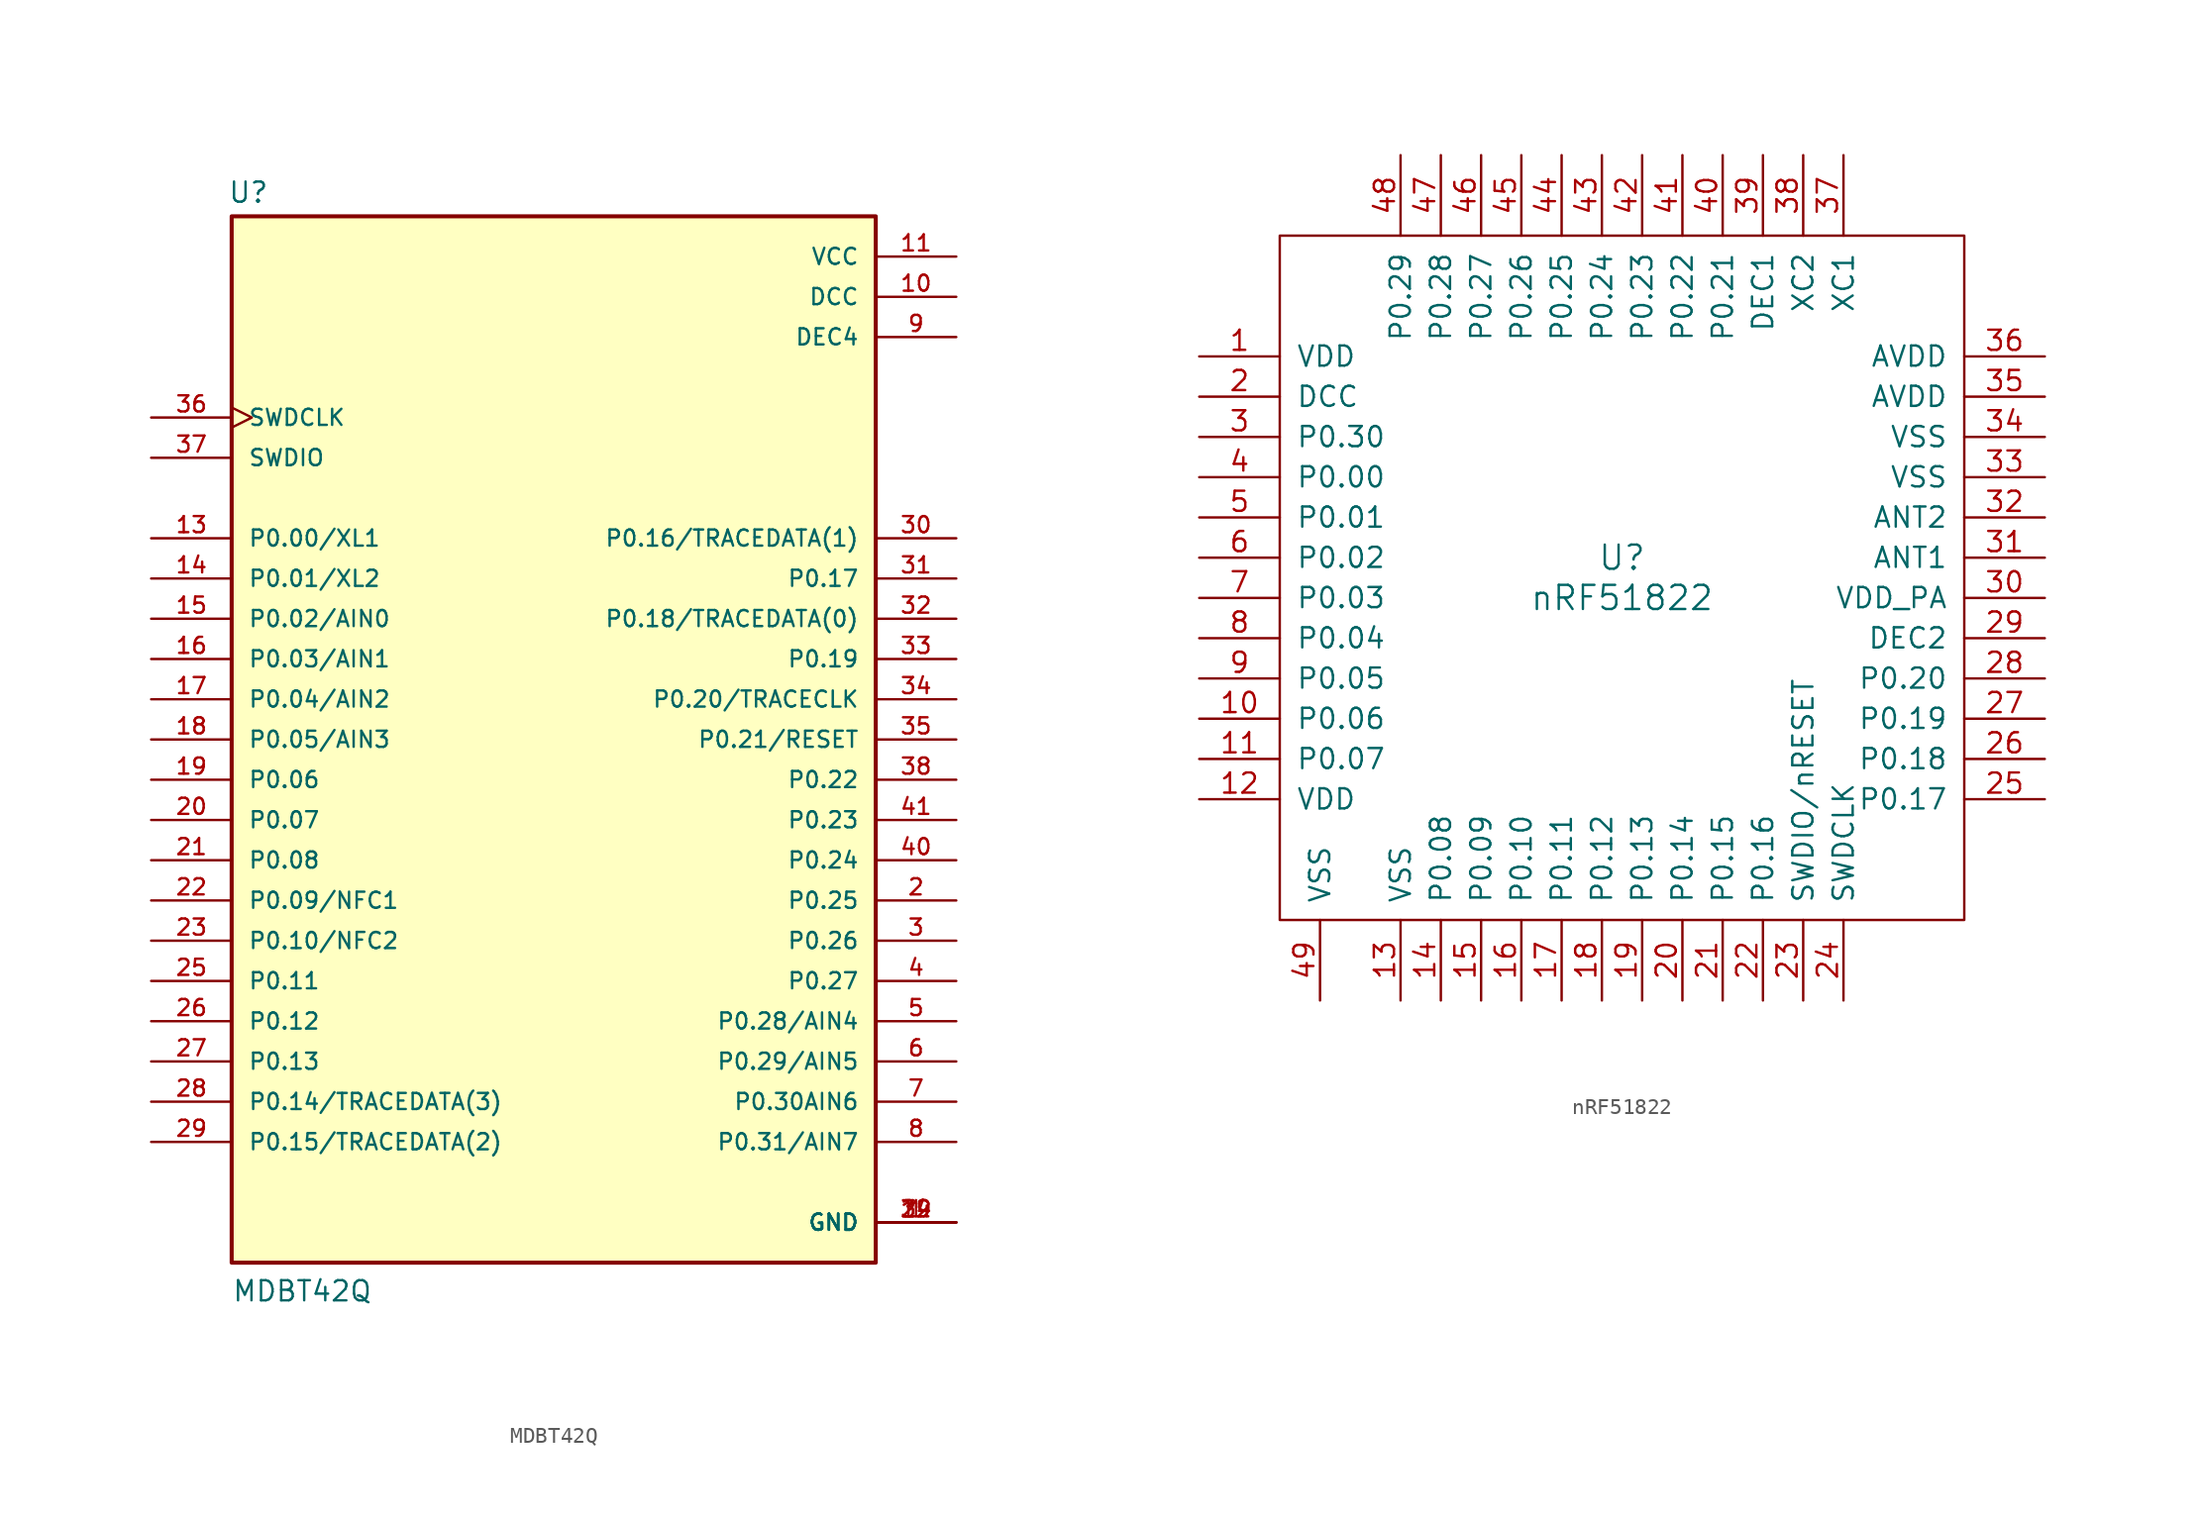
<source format=kicad_sym>
(kicad_symbol_lib
  (version 20220914)
  (generator kicad_symbol_editor)
  (symbol "MDBT42Q"
    (pin_names
      (offset 1.016))
    (property "Reference" "U"
      (at -20.574 33.782 0)
      (effects (font (size 1.27 1.27)) (justify left bottom)))
    (property "Value" "MDBT42Q"
      (at -20.32 -35.56 0)
      (effects (font (size 1.27 1.27)) (justify left bottom)))
    (property "ki_locked" ""
      (at 0 0 0)
      (effects (font (size 1.27 1.27))))
    (symbol "MDBT42Q_0_0"
      (rectangle (start -20.32 -33.02) (end 20.32 33.02) (stroke (width 0.254) (type solid)) (fill (type background)))
      (pin power_in line (at 25.4 -30.48 180) (length 5.08) (name "GND" (effects (font (size 1.016 1.016)))) (number "1" (effects (font (size 1.016 1.016)))))
      (pin power_in line (at 25.4 27.94 180) (length 5.08) (name "DCC" (effects (font (size 1.016 1.016)))) (number "10" (effects (font (size 1.016 1.016)))))
      (pin power_in line (at 25.4 30.48 180) (length 5.08) (name "VCC" (effects (font (size 1.016 1.016)))) (number "11" (effects (font (size 1.016 1.016)))))
      (pin power_in line (at 25.4 -30.48 180) (length 5.08) (name "GND" (effects (font (size 1.016 1.016)))) (number "12" (effects (font (size 1.016 1.016)))))
      (pin bidirectional line (at -25.4 12.7 0) (length 5.08) (name "P0.00/XL1" (effects (font (size 1.016 1.016)))) (number "13" (effects (font (size 1.016 1.016)))))
      (pin bidirectional line (at -25.4 10.16 0) (length 5.08) (name "P0.01/XL2" (effects (font (size 1.016 1.016)))) (number "14" (effects (font (size 1.016 1.016)))))
      (pin bidirectional line (at -25.4 7.62 0) (length 5.08) (name "P0.02/AIN0" (effects (font (size 1.016 1.016)))) (number "15" (effects (font (size 1.016 1.016)))))
      (pin bidirectional line (at -25.4 5.08 0) (length 5.08) (name "P0.03/AIN1" (effects (font (size 1.016 1.016)))) (number "16" (effects (font (size 1.016 1.016)))))
      (pin bidirectional line (at -25.4 2.54 0) (length 5.08) (name "P0.04/AIN2" (effects (font (size 1.016 1.016)))) (number "17" (effects (font (size 1.016 1.016)))))
      (pin bidirectional line (at -25.4 0 0) (length 5.08) (name "P0.05/AIN3" (effects (font (size 1.016 1.016)))) (number "18" (effects (font (size 1.016 1.016)))))
      (pin bidirectional line (at -25.4 -2.54 0) (length 5.08) (name "P0.06" (effects (font (size 1.016 1.016)))) (number "19" (effects (font (size 1.016 1.016)))))
      (pin bidirectional line (at 25.4 -10.16 180) (length 5.08) (name "P0.25" (effects (font (size 1.016 1.016)))) (number "2" (effects (font (size 1.016 1.016)))))
      (pin bidirectional line (at -25.4 -5.08 0) (length 5.08) (name "P0.07" (effects (font (size 1.016 1.016)))) (number "20" (effects (font (size 1.016 1.016)))))
      (pin bidirectional line (at -25.4 -7.62 0) (length 5.08) (name "P0.08" (effects (font (size 1.016 1.016)))) (number "21" (effects (font (size 1.016 1.016)))))
      (pin bidirectional line (at -25.4 -10.16 0) (length 5.08) (name "P0.09/NFC1" (effects (font (size 1.016 1.016)))) (number "22" (effects (font (size 1.016 1.016)))))
      (pin bidirectional line (at -25.4 -12.7 0) (length 5.08) (name "P0.10/NFC2" (effects (font (size 1.016 1.016)))) (number "23" (effects (font (size 1.016 1.016)))))
      (pin power_in line (at 25.4 -30.48 180) (length 5.08) (name "GND" (effects (font (size 1.016 1.016)))) (number "24" (effects (font (size 1.016 1.016)))))
      (pin bidirectional line (at -25.4 -15.24 0) (length 5.08) (name "P0.11" (effects (font (size 1.016 1.016)))) (number "25" (effects (font (size 1.016 1.016)))))
      (pin bidirectional line (at -25.4 -17.78 0) (length 5.08) (name "P0.12" (effects (font (size 1.016 1.016)))) (number "26" (effects (font (size 1.016 1.016)))))
      (pin bidirectional line (at -25.4 -20.32 0) (length 5.08) (name "P0.13" (effects (font (size 1.016 1.016)))) (number "27" (effects (font (size 1.016 1.016)))))
      (pin bidirectional line (at -25.4 -22.86 0) (length 5.08) (name "P0.14/TRACEDATA(3)" (effects (font (size 1.016 1.016)))) (number "28" (effects (font (size 1.016 1.016)))))
      (pin bidirectional line (at -25.4 -25.4 0) (length 5.08) (name "P0.15/TRACEDATA(2)" (effects (font (size 1.016 1.016)))) (number "29" (effects (font (size 1.016 1.016)))))
      (pin bidirectional line (at 25.4 -12.7 180) (length 5.08) (name "P0.26" (effects (font (size 1.016 1.016)))) (number "3" (effects (font (size 1.016 1.016)))))
      (pin bidirectional line (at 25.4 12.7 180) (length 5.08) (name "P0.16/TRACEDATA(1)" (effects (font (size 1.016 1.016)))) (number "30" (effects (font (size 1.016 1.016)))))
      (pin bidirectional line (at 25.4 10.16 180) (length 5.08) (name "P0.17" (effects (font (size 1.016 1.016)))) (number "31" (effects (font (size 1.016 1.016)))))
      (pin bidirectional line (at 25.4 7.62 180) (length 5.08) (name "P0.18/TRACEDATA(0)" (effects (font (size 1.016 1.016)))) (number "32" (effects (font (size 1.016 1.016)))))
      (pin bidirectional line (at 25.4 5.08 180) (length 5.08) (name "P0.19" (effects (font (size 1.016 1.016)))) (number "33" (effects (font (size 1.016 1.016)))))
      (pin bidirectional line (at 25.4 2.54 180) (length 5.08) (name "P0.20/TRACECLK" (effects (font (size 1.016 1.016)))) (number "34" (effects (font (size 1.016 1.016)))))
      (pin bidirectional line (at 25.4 0 180) (length 5.08) (name "P0.21/RESET" (effects (font (size 1.016 1.016)))) (number "35" (effects (font (size 1.016 1.016)))))
      (pin input clock (at -25.4 20.32 0) (length 5.08) (name "SWDCLK" (effects (font (size 1.016 1.016)))) (number "36" (effects (font (size 1.016 1.016)))))
      (pin bidirectional line (at -25.4 17.78 0) (length 5.08) (name "SWDIO" (effects (font (size 1.016 1.016)))) (number "37" (effects (font (size 1.016 1.016)))))
      (pin bidirectional line (at 25.4 -2.54 180) (length 5.08) (name "P0.22" (effects (font (size 1.016 1.016)))) (number "38" (effects (font (size 1.016 1.016)))))
      (pin power_in line (at 25.4 -30.48 180) (length 5.08) (name "GND" (effects (font (size 1.016 1.016)))) (number "39" (effects (font (size 1.016 1.016)))))
      (pin bidirectional line (at 25.4 -15.24 180) (length 5.08) (name "P0.27" (effects (font (size 1.016 1.016)))) (number "4" (effects (font (size 1.016 1.016)))))
      (pin bidirectional line (at 25.4 -7.62 180) (length 5.08) (name "P0.24" (effects (font (size 1.016 1.016)))) (number "40" (effects (font (size 1.016 1.016)))))
      (pin bidirectional line (at 25.4 -5.08 180) (length 5.08) (name "P0.23" (effects (font (size 1.016 1.016)))) (number "41" (effects (font (size 1.016 1.016)))))
      (pin bidirectional line (at 25.4 -17.78 180) (length 5.08) (name "P0.28/AIN4" (effects (font (size 1.016 1.016)))) (number "5" (effects (font (size 1.016 1.016)))))
      (pin bidirectional line (at 25.4 -20.32 180) (length 5.08) (name "P0.29/AIN5" (effects (font (size 1.016 1.016)))) (number "6" (effects (font (size 1.016 1.016)))))
      (pin bidirectional line (at 25.4 -22.86 180) (length 5.08) (name "P0.30AIN6" (effects (font (size 1.016 1.016)))) (number "7" (effects (font (size 1.016 1.016)))))
      (pin bidirectional line (at 25.4 -25.4 180) (length 5.08) (name "P0.31/AIN7" (effects (font (size 1.016 1.016)))) (number "8" (effects (font (size 1.016 1.016)))))
      (pin power_in line (at 25.4 25.4 180) (length 5.08) (name "DEC4" (effects (font (size 1.016 1.016)))) (number "9" (effects (font (size 1.016 1.016)))))))
  (symbol "nRF51822"
    (pin_names
      (offset 1.016))
    (property "Reference" "U"
      (at 0 1.27 0)
      (effects (font (size 1.524 1.524))))
    (property "Value" "nRF51822"
      (at 0 -1.27 0)
      (effects (font (size 1.524 1.524))))
    (property "Footprint" ""
      (at 1.27 -2.54 0)
      (effects (font (size 1.524 1.524))))
    (property "Datasheet" ""
      (at 1.27 -2.54 0)
      (effects (font (size 1.524 1.524))))
    (symbol "nRF51822_0_1"
      (rectangle (start -21.59 21.59) (end 21.59 -21.59) (stroke (width 0) (type solid)) (fill (type none))))
    (symbol "nRF51822_1_1"
      (pin power_in line (at -26.67 13.97 0) (length 5.08) (name "VDD" (effects (font (size 1.27 1.27)))) (number "1" (effects (font (size 1.27 1.27)))))
      (pin bidirectional line (at -26.67 -8.89 0) (length 5.08) (name "P0.06" (effects (font (size 1.27 1.27)))) (number "10" (effects (font (size 1.27 1.27)))))
      (pin bidirectional line (at -26.67 -11.43 0) (length 5.08) (name "P0.07" (effects (font (size 1.27 1.27)))) (number "11" (effects (font (size 1.27 1.27)))))
      (pin power_in line (at -26.67 -13.97 0) (length 5.08) (name "VDD" (effects (font (size 1.27 1.27)))) (number "12" (effects (font (size 1.27 1.27)))))
      (pin power_in line (at -13.97 -26.67 90) (length 5.08) (name "VSS" (effects (font (size 1.27 1.27)))) (number "13" (effects (font (size 1.27 1.27)))))
      (pin bidirectional line (at -11.43 -26.67 90) (length 5.08) (name "P0.08" (effects (font (size 1.27 1.27)))) (number "14" (effects (font (size 1.27 1.27)))))
      (pin bidirectional line (at -8.89 -26.67 90) (length 5.08) (name "P0.09" (effects (font (size 1.27 1.27)))) (number "15" (effects (font (size 1.27 1.27)))))
      (pin bidirectional line (at -6.35 -26.67 90) (length 5.08) (name "P0.10" (effects (font (size 1.27 1.27)))) (number "16" (effects (font (size 1.27 1.27)))))
      (pin bidirectional line (at -3.81 -26.67 90) (length 5.08) (name "P0.11" (effects (font (size 1.27 1.27)))) (number "17" (effects (font (size 1.27 1.27)))))
      (pin bidirectional line (at -1.27 -26.67 90) (length 5.08) (name "P0.12" (effects (font (size 1.27 1.27)))) (number "18" (effects (font (size 1.27 1.27)))))
      (pin bidirectional line (at 1.27 -26.67 90) (length 5.08) (name "P0.13" (effects (font (size 1.27 1.27)))) (number "19" (effects (font (size 1.27 1.27)))))
      (pin power_out line (at -26.67 11.43 0) (length 5.08) (name "DCC" (effects (font (size 1.27 1.27)))) (number "2" (effects (font (size 1.27 1.27)))))
      (pin bidirectional line (at 3.81 -26.67 90) (length 5.08) (name "P0.14" (effects (font (size 1.27 1.27)))) (number "20" (effects (font (size 1.27 1.27)))))
      (pin bidirectional line (at 6.35 -26.67 90) (length 5.08) (name "P0.15" (effects (font (size 1.27 1.27)))) (number "21" (effects (font (size 1.27 1.27)))))
      (pin bidirectional line (at 8.89 -26.67 90) (length 5.08) (name "P0.16" (effects (font (size 1.27 1.27)))) (number "22" (effects (font (size 1.27 1.27)))))
      (pin input line (at 11.43 -26.67 90) (length 5.08) (name "SWDIO/nRESET" (effects (font (size 1.27 1.27)))) (number "23" (effects (font (size 1.27 1.27)))))
      (pin input line (at 13.97 -26.67 90) (length 5.08) (name "SWDCLK" (effects (font (size 1.27 1.27)))) (number "24" (effects (font (size 1.27 1.27)))))
      (pin bidirectional line (at 26.67 -13.97 180) (length 5.08) (name "P0.17" (effects (font (size 1.27 1.27)))) (number "25" (effects (font (size 1.27 1.27)))))
      (pin bidirectional line (at 26.67 -11.43 180) (length 5.08) (name "P0.18" (effects (font (size 1.27 1.27)))) (number "26" (effects (font (size 1.27 1.27)))))
      (pin bidirectional line (at 26.67 -8.89 180) (length 5.08) (name "P0.19" (effects (font (size 1.27 1.27)))) (number "27" (effects (font (size 1.27 1.27)))))
      (pin bidirectional line (at 26.67 -6.35 180) (length 5.08) (name "P0.20" (effects (font (size 1.27 1.27)))) (number "28" (effects (font (size 1.27 1.27)))))
      (pin power_out line (at 26.67 -3.81 180) (length 5.08) (name "DEC2" (effects (font (size 1.27 1.27)))) (number "29" (effects (font (size 1.27 1.27)))))
      (pin bidirectional line (at -26.67 8.89 0) (length 5.08) (name "P0.30" (effects (font (size 1.27 1.27)))) (number "3" (effects (font (size 1.27 1.27)))))
      (pin power_out line (at 26.67 -1.27 180) (length 5.08) (name "VDD_PA" (effects (font (size 1.27 1.27)))) (number "30" (effects (font (size 1.27 1.27)))))
      (pin bidirectional line (at 26.67 1.27 180) (length 5.08) (name "ANT1" (effects (font (size 1.27 1.27)))) (number "31" (effects (font (size 1.27 1.27)))))
      (pin bidirectional line (at 26.67 3.81 180) (length 5.08) (name "ANT2" (effects (font (size 1.27 1.27)))) (number "32" (effects (font (size 1.27 1.27)))))
      (pin power_in line (at 26.67 6.35 180) (length 5.08) (name "VSS" (effects (font (size 1.27 1.27)))) (number "33" (effects (font (size 1.27 1.27)))))
      (pin power_in line (at 26.67 8.89 180) (length 5.08) (name "VSS" (effects (font (size 1.27 1.27)))) (number "34" (effects (font (size 1.27 1.27)))))
      (pin power_in line (at 26.67 11.43 180) (length 5.08) (name "AVDD" (effects (font (size 1.27 1.27)))) (number "35" (effects (font (size 1.27 1.27)))))
      (pin power_in line (at 26.67 13.97 180) (length 5.08) (name "AVDD" (effects (font (size 1.27 1.27)))) (number "36" (effects (font (size 1.27 1.27)))))
      (pin input line (at 13.97 26.67 270) (length 5.08) (name "XC1" (effects (font (size 1.27 1.27)))) (number "37" (effects (font (size 1.27 1.27)))))
      (pin output line (at 11.43 26.67 270) (length 5.08) (name "XC2" (effects (font (size 1.27 1.27)))) (number "38" (effects (font (size 1.27 1.27)))))
      (pin power_out line (at 8.89 26.67 270) (length 5.08) (name "DEC1" (effects (font (size 1.27 1.27)))) (number "39" (effects (font (size 1.27 1.27)))))
      (pin bidirectional line (at -26.67 6.35 0) (length 5.08) (name "P0.00" (effects (font (size 1.27 1.27)))) (number "4" (effects (font (size 1.27 1.27)))))
      (pin bidirectional line (at 6.35 26.67 270) (length 5.08) (name "P0.21" (effects (font (size 1.27 1.27)))) (number "40" (effects (font (size 1.27 1.27)))))
      (pin bidirectional line (at 3.81 26.67 270) (length 5.08) (name "P0.22" (effects (font (size 1.27 1.27)))) (number "41" (effects (font (size 1.27 1.27)))))
      (pin bidirectional line (at 1.27 26.67 270) (length 5.08) (name "P0.23" (effects (font (size 1.27 1.27)))) (number "42" (effects (font (size 1.27 1.27)))))
      (pin bidirectional line (at -1.27 26.67 270) (length 5.08) (name "P0.24" (effects (font (size 1.27 1.27)))) (number "43" (effects (font (size 1.27 1.27)))))
      (pin bidirectional line (at -3.81 26.67 270) (length 5.08) (name "P0.25" (effects (font (size 1.27 1.27)))) (number "44" (effects (font (size 1.27 1.27)))))
      (pin bidirectional line (at -6.35 26.67 270) (length 5.08) (name "P0.26" (effects (font (size 1.27 1.27)))) (number "45" (effects (font (size 1.27 1.27)))))
      (pin bidirectional line (at -8.89 26.67 270) (length 5.08) (name "P0.27" (effects (font (size 1.27 1.27)))) (number "46" (effects (font (size 1.27 1.27)))))
      (pin bidirectional line (at -11.43 26.67 270) (length 5.08) (name "P0.28" (effects (font (size 1.27 1.27)))) (number "47" (effects (font (size 1.27 1.27)))))
      (pin bidirectional line (at -13.97 26.67 270) (length 5.08) (name "P0.29" (effects (font (size 1.27 1.27)))) (number "48" (effects (font (size 1.27 1.27)))))
      (pin power_in line (at -19.05 -26.67 90) (length 5.08) (name "VSS" (effects (font (size 1.27 1.27)))) (number "49" (effects (font (size 1.27 1.27)))))
      (pin bidirectional line (at -26.67 3.81 0) (length 5.08) (name "P0.01" (effects (font (size 1.27 1.27)))) (number "5" (effects (font (size 1.27 1.27)))))
      (pin bidirectional line (at -26.67 1.27 0) (length 5.08) (name "P0.02" (effects (font (size 1.27 1.27)))) (number "6" (effects (font (size 1.27 1.27)))))
      (pin bidirectional line (at -26.67 -1.27 0) (length 5.08) (name "P0.03" (effects (font (size 1.27 1.27)))) (number "7" (effects (font (size 1.27 1.27)))))
      (pin bidirectional line (at -26.67 -3.81 0) (length 5.08) (name "P0.04" (effects (font (size 1.27 1.27)))) (number "8" (effects (font (size 1.27 1.27)))))
      (pin bidirectional line (at -26.67 -6.35 0) (length 5.08) (name "P0.05" (effects (font (size 1.27 1.27)))) (number "9" (effects (font (size 1.27 1.27))))))))
</source>
